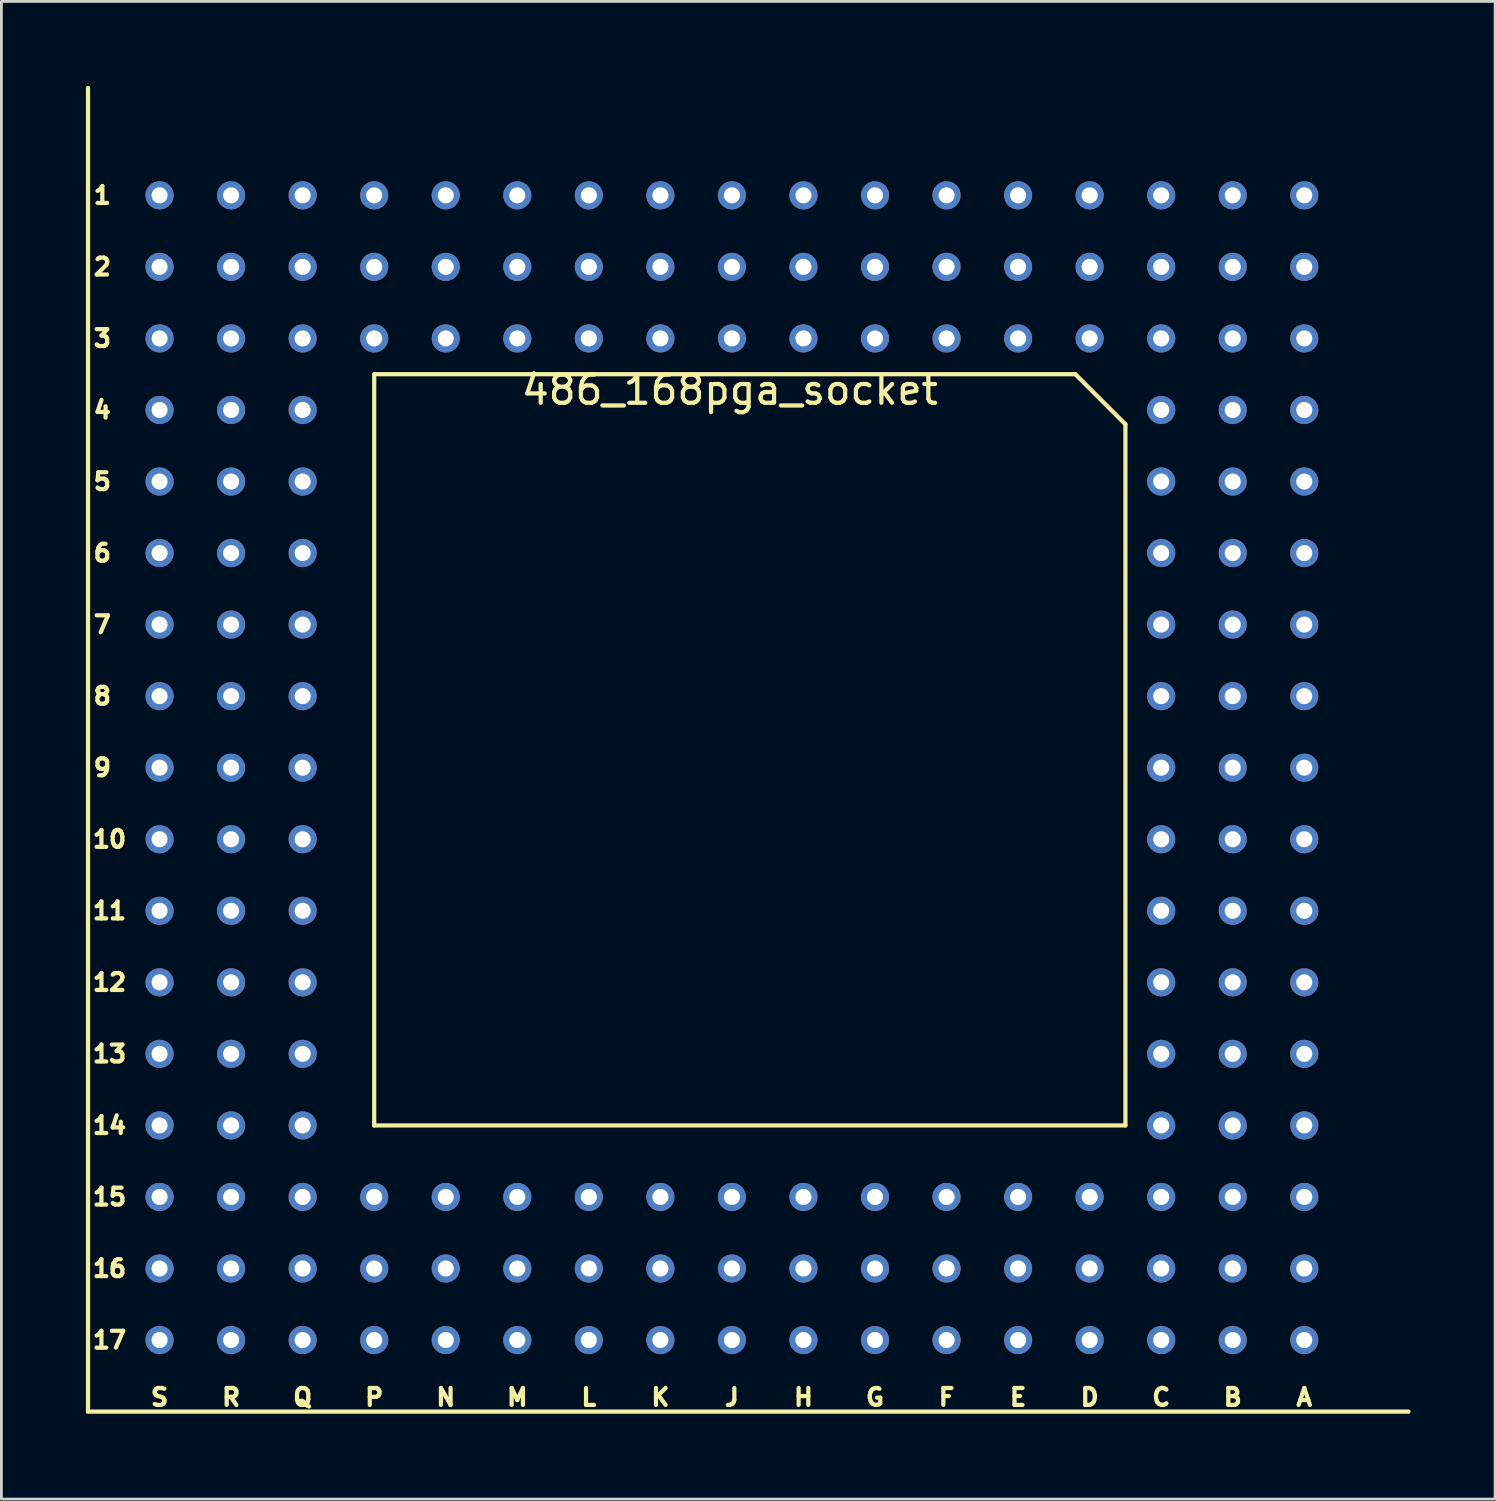
<source format=kicad_pcb>
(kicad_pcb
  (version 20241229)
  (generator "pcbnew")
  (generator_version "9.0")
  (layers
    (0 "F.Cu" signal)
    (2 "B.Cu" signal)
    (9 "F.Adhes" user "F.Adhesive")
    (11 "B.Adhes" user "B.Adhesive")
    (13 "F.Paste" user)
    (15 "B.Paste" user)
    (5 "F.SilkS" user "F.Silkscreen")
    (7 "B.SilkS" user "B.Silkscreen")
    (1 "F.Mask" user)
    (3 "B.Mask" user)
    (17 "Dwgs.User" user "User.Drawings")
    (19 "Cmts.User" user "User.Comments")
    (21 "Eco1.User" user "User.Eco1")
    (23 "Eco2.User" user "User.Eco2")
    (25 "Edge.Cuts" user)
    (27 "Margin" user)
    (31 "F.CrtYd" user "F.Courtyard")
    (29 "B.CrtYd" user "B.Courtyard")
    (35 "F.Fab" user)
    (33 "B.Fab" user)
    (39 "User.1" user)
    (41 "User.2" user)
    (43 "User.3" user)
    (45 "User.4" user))
  (footprint "486_168pga_socket"
    (layer "F.Cu")
    (at 43.255 3.885)
    (property "Reference" "486_168pga_socket" (at -20.395 6.91 0) (layer "F.SilkS") (effects (font (size 1 1) (thickness 0.15))))
    (attr through_hole)
    (fp_line (start -43.18 43.18) (end -43.18 -3.81) (stroke (width 0.15) (type solid)) (layer "F.SilkS"))
    (fp_line (start -33.02 6.35) (end -33.02 33.02) (stroke (width 0.15) (type solid)) (layer "F.SilkS"))
    (fp_line (start -33.02 33.02) (end -6.35 33.02) (stroke (width 0.15) (type solid)) (layer "F.SilkS"))
    (fp_line (start -8.128 6.35) (end -33.02 6.35) (stroke (width 0.15) (type solid)) (layer "F.SilkS"))
    (fp_line (start -8.128 6.35) (end -6.35 8.128) (stroke (width 0.15) (type solid)) (layer "F.SilkS"))
    (fp_line (start -6.35 33.02) (end -6.35 8.128) (stroke (width 0.15) (type solid)) (layer "F.SilkS"))
    (fp_line (start 3.7 43.18) (end -43.18 43.18) (stroke (width 0.15) (type solid)) (layer "F.SilkS"))
    (fp_text user "D" (at -7.62 42.672 0) (layer "F.SilkS") (effects (font (size 0.6 0.6) (thickness 0.15))))
    (fp_text user "H" (at -17.78 42.672 0) (layer "F.SilkS") (effects (font (size 0.6 0.6) (thickness 0.15))))
    (fp_text user "G" (at -15.24 42.672 0) (layer "F.SilkS") (effects (font (size 0.6 0.6) (thickness 0.15))))
    (fp_text user "4" (at -42.672 7.62 0) (layer "F.SilkS") (effects (font (size 0.6 0.6) (thickness 0.15))))
    (fp_text user "13" (at -42.418 30.48 0) (layer "F.SilkS") (effects (font (size 0.6 0.6) (thickness 0.15))))
    (fp_text user "17" (at -42.418 40.64 0) (layer "F.SilkS") (effects (font (size 0.6 0.6) (thickness 0.15))))
    (fp_text user "A" (at 0 42.672 0) (layer "F.SilkS") (effects (font (size 0.6 0.6) (thickness 0.15))))
    (fp_text user "S" (at -40.64 42.672 0) (layer "F.SilkS") (effects (font (size 0.6 0.6) (thickness 0.15))))
    (fp_text user "2" (at -42.672 2.54 0) (layer "F.SilkS") (effects (font (size 0.6 0.6) (thickness 0.15))))
    (fp_text user "14" (at -42.418 33.02 0) (layer "F.SilkS") (effects (font (size 0.6 0.6) (thickness 0.15))))
    (fp_text user "9" (at -42.672 20.32 0) (layer "F.SilkS") (effects (font (size 0.6 0.6) (thickness 0.15))))
    (fp_text user "6" (at -42.672 12.7 0) (layer "F.SilkS") (effects (font (size 0.6 0.6) (thickness 0.15))))
    (fp_text user "L" (at -25.4 42.672 0) (layer "F.SilkS") (effects (font (size 0.6 0.6) (thickness 0.15))))
    (fp_text user "K" (at -22.86 42.672 0) (layer "F.SilkS") (effects (font (size 0.6 0.6) (thickness 0.15))))
    (fp_text user "C" (at -5.08 42.672 0) (layer "F.SilkS") (effects (font (size 0.6 0.6) (thickness 0.15))))
    (fp_text user "1" (at -42.672 0 0) (layer "F.SilkS") (effects (font (size 0.6 0.6) (thickness 0.15))))
    (fp_text user "N" (at -30.48 42.672 0) (layer "F.SilkS") (effects (font (size 0.6 0.6) (thickness 0.15))))
    (fp_text user "B" (at -2.54 42.672 0) (layer "F.SilkS") (effects (font (size 0.6 0.6) (thickness 0.15))))
    (fp_text user "M" (at -27.94 42.672 0) (layer "F.SilkS") (effects (font (size 0.6 0.6) (thickness 0.15))))
    (fp_text user "E" (at -10.16 42.672 0) (layer "F.SilkS") (effects (font (size 0.6 0.6) (thickness 0.15))))
    (fp_text user "16" (at -42.418 38.1 0) (layer "F.SilkS") (effects (font (size 0.6 0.6) (thickness 0.15))))
    (fp_text user "R" (at -38.1 42.672 0) (layer "F.SilkS") (effects (font (size 0.6 0.6) (thickness 0.15))))
    (fp_text user "11" (at -42.418 25.4 0) (layer "F.SilkS") (effects (font (size 0.6 0.6) (thickness 0.15))))
    (fp_text user "3" (at -42.672 5.08 0) (layer "F.SilkS") (effects (font (size 0.6 0.6) (thickness 0.15))))
    (fp_text user "12" (at -42.418 27.94 0) (layer "F.SilkS") (effects (font (size 0.6 0.6) (thickness 0.15))))
    (fp_text user "10" (at -42.418 22.86 0) (layer "F.SilkS") (effects (font (size 0.6 0.6) (thickness 0.15))))
    (fp_text user "15" (at -42.418 35.56 0) (layer "F.SilkS") (effects (font (size 0.6 0.6) (thickness 0.15))))
    (fp_text user "5" (at -42.672 10.16 0) (layer "F.SilkS") (effects (font (size 0.6 0.6) (thickness 0.15))))
    (fp_text user "8" (at -42.672 17.78 0) (layer "F.SilkS") (effects (font (size 0.6 0.6) (thickness 0.15))))
    (fp_text user "P" (at -33.02 42.672 0) (layer "F.SilkS") (effects (font (size 0.6 0.6) (thickness 0.15))))
    (fp_text user "F" (at -12.7 42.672 0) (layer "F.SilkS") (effects (font (size 0.6 0.6) (thickness 0.15))))
    (fp_text user "J" (at -20.32 42.672 0) (layer "F.SilkS") (effects (font (size 0.6 0.6) (thickness 0.15))))
    (fp_text user "Q" (at -35.56 42.672 0) (layer "F.SilkS") (effects (font (size 0.6 0.6) (thickness 0.15))))
    (fp_text user "7" (at -42.672 15.24 0) (layer "F.SilkS") (effects (font (size 0.6 0.6) (thickness 0.15))))
    (pad "A1" thru_hole circle (at 0 0) (size 1 1) (drill 0.57) (layers "*.Cu" "*.Mask"))
    (pad "A2" thru_hole circle (at 0 2.54) (size 1 1) (drill 0.57) (layers "*.Cu" "*.Mask"))
    (pad "A3" thru_hole circle (at 0 5.08) (size 1 1) (drill 0.57) (layers "*.Cu" "*.Mask"))
    (pad "A4" thru_hole circle (at 0 7.62) (size 1 1) (drill 0.57) (layers "*.Cu" "*.Mask"))
    (pad "A5" thru_hole circle (at 0 10.16) (size 1 1) (drill 0.57) (layers "*.Cu" "*.Mask"))
    (pad "A6" thru_hole circle (at 0 12.7) (size 1 1) (drill 0.57) (layers "*.Cu" "*.Mask"))
    (pad "A7" thru_hole circle (at 0 15.24) (size 1 1) (drill 0.57) (layers "*.Cu" "*.Mask"))
    (pad "A8" thru_hole circle (at 0 17.78) (size 1 1) (drill 0.57) (layers "*.Cu" "*.Mask"))
    (pad "A9" thru_hole circle (at 0 20.32) (size 1 1) (drill 0.57) (layers "*.Cu" "*.Mask"))
    (pad "A10" thru_hole circle (at 0 22.86) (size 1 1) (drill 0.57) (layers "*.Cu" "*.Mask"))
    (pad "A11" thru_hole circle (at 0 25.4) (size 1 1) (drill 0.57) (layers "*.Cu" "*.Mask"))
    (pad "A12" thru_hole circle (at 0 27.94) (size 1 1) (drill 0.57) (layers "*.Cu" "*.Mask"))
    (pad "A13" thru_hole circle (at 0 30.48) (size 1 1) (drill 0.57) (layers "*.Cu" "*.Mask"))
    (pad "A14" thru_hole circle (at 0 33.02) (size 1 1) (drill 0.57) (layers "*.Cu" "*.Mask"))
    (pad "A15" thru_hole circle (at 0 35.56) (size 1 1) (drill 0.57) (layers "*.Cu" "*.Mask"))
    (pad "A16" thru_hole circle (at 0 38.1) (size 1 1) (drill 0.57) (layers "*.Cu" "*.Mask"))
    (pad "A17" thru_hole circle (at 0 40.64) (size 1 1) (drill 0.57) (layers "*.Cu" "*.Mask"))
    (pad "B1" thru_hole circle (at -2.54 0) (size 1 1) (drill 0.57) (layers "*.Cu" "*.Mask"))
    (pad "B2" thru_hole circle (at -2.54 2.54) (size 1 1) (drill 0.57) (layers "*.Cu" "*.Mask"))
    (pad "B3" thru_hole circle (at -2.54 5.08) (size 1 1) (drill 0.57) (layers "*.Cu" "*.Mask"))
    (pad "B4" thru_hole circle (at -2.54 7.62) (size 1 1) (drill 0.57) (layers "*.Cu" "*.Mask"))
    (pad "B5" thru_hole circle (at -2.54 10.16) (size 1 1) (drill 0.57) (layers "*.Cu" "*.Mask"))
    (pad "B6" thru_hole circle (at -2.54 12.7) (size 1 1) (drill 0.57) (layers "*.Cu" "*.Mask"))
    (pad "B7" thru_hole circle (at -2.54 15.24) (size 1 1) (drill 0.57) (layers "*.Cu" "*.Mask"))
    (pad "B8" thru_hole circle (at -2.54 17.78) (size 1 1) (drill 0.57) (layers "*.Cu" "*.Mask"))
    (pad "B9" thru_hole circle (at -2.54 20.32) (size 1 1) (drill 0.57) (layers "*.Cu" "*.Mask"))
    (pad "B10" thru_hole circle (at -2.54 22.86) (size 1 1) (drill 0.57) (layers "*.Cu" "*.Mask"))
    (pad "B11" thru_hole circle (at -2.54 25.4) (size 1 1) (drill 0.57) (layers "*.Cu" "*.Mask"))
    (pad "B12" thru_hole circle (at -2.54 27.94) (size 1 1) (drill 0.57) (layers "*.Cu" "*.Mask"))
    (pad "B13" thru_hole circle (at -2.54 30.48) (size 1 1) (drill 0.57) (layers "*.Cu" "*.Mask"))
    (pad "B14" thru_hole circle (at -2.54 33.02) (size 1 1) (drill 0.57) (layers "*.Cu" "*.Mask"))
    (pad "B15" thru_hole circle (at -2.54 35.56) (size 1 1) (drill 0.57) (layers "*.Cu" "*.Mask"))
    (pad "B16" thru_hole circle (at -2.54 38.1) (size 1 1) (drill 0.57) (layers "*.Cu" "*.Mask"))
    (pad "B17" thru_hole circle (at -2.54 40.64) (size 1 1) (drill 0.57) (layers "*.Cu" "*.Mask"))
    (pad "C1" thru_hole circle (at -5.08 0) (size 1 1) (drill 0.57) (layers "*.Cu" "*.Mask"))
    (pad "C2" thru_hole circle (at -5.08 2.54) (size 1 1) (drill 0.57) (layers "*.Cu" "*.Mask"))
    (pad "C3" thru_hole circle (at -5.08 5.08) (size 1 1) (drill 0.57) (layers "*.Cu" "*.Mask"))
    (pad "C4" thru_hole circle (at -5.08 7.62) (size 1 1) (drill 0.57) (layers "*.Cu" "*.Mask"))
    (pad "C5" thru_hole circle (at -5.08 10.16) (size 1 1) (drill 0.57) (layers "*.Cu" "*.Mask"))
    (pad "C6" thru_hole circle (at -5.08 12.7) (size 1 1) (drill 0.57) (layers "*.Cu" "*.Mask"))
    (pad "C7" thru_hole circle (at -5.08 15.24) (size 1 1) (drill 0.57) (layers "*.Cu" "*.Mask"))
    (pad "C8" thru_hole circle (at -5.08 17.78) (size 1 1) (drill 0.57) (layers "*.Cu" "*.Mask"))
    (pad "C9" thru_hole circle (at -5.08 20.32) (size 1 1) (drill 0.57) (layers "*.Cu" "*.Mask"))
    (pad "C10" thru_hole circle (at -5.08 22.86) (size 1 1) (drill 0.57) (layers "*.Cu" "*.Mask"))
    (pad "C11" thru_hole circle (at -5.08 25.4) (size 1 1) (drill 0.57) (layers "*.Cu" "*.Mask"))
    (pad "C12" thru_hole circle (at -5.08 27.94) (size 1 1) (drill 0.57) (layers "*.Cu" "*.Mask"))
    (pad "C13" thru_hole circle (at -5.08 30.48) (size 1 1) (drill 0.57) (layers "*.Cu" "*.Mask"))
    (pad "C14" thru_hole circle (at -5.08 33.02) (size 1 1) (drill 0.57) (layers "*.Cu" "*.Mask"))
    (pad "C15" thru_hole circle (at -5.08 35.56) (size 1 1) (drill 0.57) (layers "*.Cu" "*.Mask"))
    (pad "C16" thru_hole circle (at -5.08 38.1) (size 1 1) (drill 0.57) (layers "*.Cu" "*.Mask"))
    (pad "C17" thru_hole circle (at -5.08 40.64) (size 1 1) (drill 0.57) (layers "*.Cu" "*.Mask"))
    (pad "D1" thru_hole circle (at -7.62 0) (size 1 1) (drill 0.57) (layers "*.Cu" "*.Mask"))
    (pad "D2" thru_hole circle (at -7.62 2.54) (size 1 1) (drill 0.57) (layers "*.Cu" "*.Mask"))
    (pad "D3" thru_hole circle (at -7.62 5.08) (size 1 1) (drill 0.57) (layers "*.Cu" "*.Mask"))
    (pad "D15" thru_hole circle (at -7.62 35.56) (size 1 1) (drill 0.57) (layers "*.Cu" "*.Mask"))
    (pad "D16" thru_hole circle (at -7.62 38.1) (size 1 1) (drill 0.57) (layers "*.Cu" "*.Mask"))
    (pad "D17" thru_hole circle (at -7.62 40.64) (size 1 1) (drill 0.57) (layers "*.Cu" "*.Mask"))
    (pad "E1" thru_hole circle (at -10.16 0) (size 1 1) (drill 0.57) (layers "*.Cu" "*.Mask"))
    (pad "E2" thru_hole circle (at -10.16 2.54) (size 1 1) (drill 0.57) (layers "*.Cu" "*.Mask"))
    (pad "E3" thru_hole circle (at -10.16 5.08) (size 1 1) (drill 0.57) (layers "*.Cu" "*.Mask"))
    (pad "E15" thru_hole circle (at -10.16 35.56) (size 1 1) (drill 0.57) (layers "*.Cu" "*.Mask"))
    (pad "E16" thru_hole circle (at -10.16 38.1) (size 1 1) (drill 0.57) (layers "*.Cu" "*.Mask"))
    (pad "E17" thru_hole circle (at -10.16 40.64) (size 1 1) (drill 0.57) (layers "*.Cu" "*.Mask"))
    (pad "F1" thru_hole circle (at -12.7 0) (size 1 1) (drill 0.57) (layers "*.Cu" "*.Mask"))
    (pad "F2" thru_hole circle (at -12.7 2.54) (size 1 1) (drill 0.57) (layers "*.Cu" "*.Mask"))
    (pad "F3" thru_hole circle (at -12.7 5.08) (size 1 1) (drill 0.57) (layers "*.Cu" "*.Mask"))
    (pad "F15" thru_hole circle (at -12.7 35.56) (size 1 1) (drill 0.57) (layers "*.Cu" "*.Mask"))
    (pad "F16" thru_hole circle (at -12.7 38.1) (size 1 1) (drill 0.57) (layers "*.Cu" "*.Mask"))
    (pad "F17" thru_hole circle (at -12.7 40.64) (size 1 1) (drill 0.57) (layers "*.Cu" "*.Mask"))
    (pad "G1" thru_hole circle (at -15.24 0) (size 1 1) (drill 0.57) (layers "*.Cu" "*.Mask"))
    (pad "G2" thru_hole circle (at -15.24 2.54) (size 1 1) (drill 0.57) (layers "*.Cu" "*.Mask"))
    (pad "G3" thru_hole circle (at -15.24 5.08) (size 1 1) (drill 0.57) (layers "*.Cu" "*.Mask"))
    (pad "G15" thru_hole circle (at -15.24 35.56) (size 1 1) (drill 0.57) (layers "*.Cu" "*.Mask"))
    (pad "G16" thru_hole circle (at -15.24 38.1) (size 1 1) (drill 0.57) (layers "*.Cu" "*.Mask"))
    (pad "G17" thru_hole circle (at -15.24 40.64) (size 1 1) (drill 0.57) (layers "*.Cu" "*.Mask"))
    (pad "H1" thru_hole circle (at -17.78 0) (size 1 1) (drill 0.57) (layers "*.Cu" "*.Mask"))
    (pad "H2" thru_hole circle (at -17.78 2.54) (size 1 1) (drill 0.57) (layers "*.Cu" "*.Mask"))
    (pad "H3" thru_hole circle (at -17.78 5.08) (size 1 1) (drill 0.57) (layers "*.Cu" "*.Mask"))
    (pad "H15" thru_hole circle (at -17.78 35.56) (size 1 1) (drill 0.57) (layers "*.Cu" "*.Mask"))
    (pad "H16" thru_hole circle (at -17.78 38.1) (size 1 1) (drill 0.57) (layers "*.Cu" "*.Mask"))
    (pad "H17" thru_hole circle (at -17.78 40.64) (size 1 1) (drill 0.57) (layers "*.Cu" "*.Mask"))
    (pad "J1" thru_hole circle (at -20.32 0) (size 1 1) (drill 0.57) (layers "*.Cu" "*.Mask"))
    (pad "J2" thru_hole circle (at -20.32 2.54) (size 1 1) (drill 0.57) (layers "*.Cu" "*.Mask"))
    (pad "J3" thru_hole circle (at -20.32 5.08) (size 1 1) (drill 0.57) (layers "*.Cu" "*.Mask"))
    (pad "J15" thru_hole circle (at -20.32 35.56) (size 1 1) (drill 0.57) (layers "*.Cu" "*.Mask"))
    (pad "J16" thru_hole circle (at -20.32 38.1) (size 1 1) (drill 0.57) (layers "*.Cu" "*.Mask"))
    (pad "J17" thru_hole circle (at -20.32 40.64) (size 1 1) (drill 0.57) (layers "*.Cu" "*.Mask"))
    (pad "K1" thru_hole circle (at -22.86 0) (size 1 1) (drill 0.57) (layers "*.Cu" "*.Mask"))
    (pad "K2" thru_hole circle (at -22.86 2.54) (size 1 1) (drill 0.57) (layers "*.Cu" "*.Mask"))
    (pad "K3" thru_hole circle (at -22.86 5.08) (size 1 1) (drill 0.57) (layers "*.Cu" "*.Mask"))
    (pad "K15" thru_hole circle (at -22.86 35.56) (size 1 1) (drill 0.57) (layers "*.Cu" "*.Mask"))
    (pad "K16" thru_hole circle (at -22.86 38.1) (size 1 1) (drill 0.57) (layers "*.Cu" "*.Mask"))
    (pad "K17" thru_hole circle (at -22.86 40.64) (size 1 1) (drill 0.57) (layers "*.Cu" "*.Mask"))
    (pad "L1" thru_hole circle (at -25.4 0) (size 1 1) (drill 0.57) (layers "*.Cu" "*.Mask"))
    (pad "L2" thru_hole circle (at -25.4 2.54) (size 1 1) (drill 0.57) (layers "*.Cu" "*.Mask"))
    (pad "L3" thru_hole circle (at -25.4 5.08) (size 1 1) (drill 0.57) (layers "*.Cu" "*.Mask"))
    (pad "L15" thru_hole circle (at -25.4 35.56) (size 1 1) (drill 0.57) (layers "*.Cu" "*.Mask"))
    (pad "L16" thru_hole circle (at -25.4 38.1) (size 1 1) (drill 0.57) (layers "*.Cu" "*.Mask"))
    (pad "L17" thru_hole circle (at -25.4 40.64) (size 1 1) (drill 0.57) (layers "*.Cu" "*.Mask"))
    (pad "M1" thru_hole circle (at -27.94 0) (size 1 1) (drill 0.57) (layers "*.Cu" "*.Mask"))
    (pad "M2" thru_hole circle (at -27.94 2.54) (size 1 1) (drill 0.57) (layers "*.Cu" "*.Mask"))
    (pad "M3" thru_hole circle (at -27.94 5.08) (size 1 1) (drill 0.57) (layers "*.Cu" "*.Mask"))
    (pad "M15" thru_hole circle (at -27.94 35.56) (size 1 1) (drill 0.57) (layers "*.Cu" "*.Mask"))
    (pad "M16" thru_hole circle (at -27.94 38.1) (size 1 1) (drill 0.57) (layers "*.Cu" "*.Mask"))
    (pad "M17" thru_hole circle (at -27.94 40.64) (size 1 1) (drill 0.57) (layers "*.Cu" "*.Mask"))
    (pad "N1" thru_hole circle (at -30.48 0) (size 1 1) (drill 0.57) (layers "*.Cu" "*.Mask"))
    (pad "N2" thru_hole circle (at -30.48 2.54) (size 1 1) (drill 0.57) (layers "*.Cu" "*.Mask"))
    (pad "N3" thru_hole circle (at -30.48 5.08) (size 1 1) (drill 0.57) (layers "*.Cu" "*.Mask"))
    (pad "N15" thru_hole circle (at -30.48 35.56) (size 1 1) (drill 0.57) (layers "*.Cu" "*.Mask"))
    (pad "N16" thru_hole circle (at -30.48 38.1) (size 1 1) (drill 0.57) (layers "*.Cu" "*.Mask"))
    (pad "N17" thru_hole circle (at -30.48 40.64) (size 1 1) (drill 0.57) (layers "*.Cu" "*.Mask"))
    (pad "P1" thru_hole circle (at -33.02 0) (size 1 1) (drill 0.57) (layers "*.Cu" "*.Mask"))
    (pad "P2" thru_hole circle (at -33.02 2.54) (size 1 1) (drill 0.57) (layers "*.Cu" "*.Mask"))
    (pad "P3" thru_hole circle (at -33.02 5.08) (size 1 1) (drill 0.57) (layers "*.Cu" "*.Mask"))
    (pad "P15" thru_hole circle (at -33.02 35.56) (size 1 1) (drill 0.57) (layers "*.Cu" "*.Mask"))
    (pad "P16" thru_hole circle (at -33.02 38.1) (size 1 1) (drill 0.57) (layers "*.Cu" "*.Mask"))
    (pad "P17" thru_hole circle (at -33.02 40.64) (size 1 1) (drill 0.57) (layers "*.Cu" "*.Mask"))
    (pad "Q1" thru_hole circle (at -35.56 0) (size 1 1) (drill 0.57) (layers "*.Cu" "*.Mask"))
    (pad "Q2" thru_hole circle (at -35.56 2.54) (size 1 1) (drill 0.57) (layers "*.Cu" "*.Mask"))
    (pad "Q3" thru_hole circle (at -35.56 5.08) (size 1 1) (drill 0.57) (layers "*.Cu" "*.Mask"))
    (pad "Q4" thru_hole circle (at -35.56 7.62) (size 1 1) (drill 0.57) (layers "*.Cu" "*.Mask"))
    (pad "Q5" thru_hole circle (at -35.56 10.16) (size 1 1) (drill 0.57) (layers "*.Cu" "*.Mask"))
    (pad "Q6" thru_hole circle (at -35.56 12.7) (size 1 1) (drill 0.57) (layers "*.Cu" "*.Mask"))
    (pad "Q7" thru_hole circle (at -35.56 15.24) (size 1 1) (drill 0.57) (layers "*.Cu" "*.Mask"))
    (pad "Q8" thru_hole circle (at -35.56 17.78) (size 1 1) (drill 0.57) (layers "*.Cu" "*.Mask"))
    (pad "Q9" thru_hole circle (at -35.56 20.32) (size 1 1) (drill 0.57) (layers "*.Cu" "*.Mask"))
    (pad "Q10" thru_hole circle (at -35.56 22.86) (size 1 1) (drill 0.57) (layers "*.Cu" "*.Mask"))
    (pad "Q11" thru_hole circle (at -35.56 25.4) (size 1 1) (drill 0.57) (layers "*.Cu" "*.Mask"))
    (pad "Q12" thru_hole circle (at -35.56 27.94) (size 1 1) (drill 0.57) (layers "*.Cu" "*.Mask"))
    (pad "Q13" thru_hole circle (at -35.56 30.48) (size 1 1) (drill 0.57) (layers "*.Cu" "*.Mask"))
    (pad "Q14" thru_hole circle (at -35.56 33.02) (size 1 1) (drill 0.57) (layers "*.Cu" "*.Mask"))
    (pad "Q15" thru_hole circle (at -35.56 35.56) (size 1 1) (drill 0.57) (layers "*.Cu" "*.Mask"))
    (pad "Q16" thru_hole circle (at -35.56 38.1) (size 1 1) (drill 0.57) (layers "*.Cu" "*.Mask"))
    (pad "Q17" thru_hole circle (at -35.56 40.64) (size 1 1) (drill 0.57) (layers "*.Cu" "*.Mask"))
    (pad "R1" thru_hole circle (at -38.1 0) (size 1 1) (drill 0.57) (layers "*.Cu" "*.Mask"))
    (pad "R2" thru_hole circle (at -38.1 2.54) (size 1 1) (drill 0.57) (layers "*.Cu" "*.Mask"))
    (pad "R3" thru_hole circle (at -38.1 5.08) (size 1 1) (drill 0.57) (layers "*.Cu" "*.Mask"))
    (pad "R4" thru_hole circle (at -38.1 7.62) (size 1 1) (drill 0.57) (layers "*.Cu" "*.Mask"))
    (pad "R5" thru_hole circle (at -38.1 10.16) (size 1 1) (drill 0.57) (layers "*.Cu" "*.Mask"))
    (pad "R6" thru_hole circle (at -38.1 12.7) (size 1 1) (drill 0.57) (layers "*.Cu" "*.Mask"))
    (pad "R7" thru_hole circle (at -38.1 15.24) (size 1 1) (drill 0.57) (layers "*.Cu" "*.Mask"))
    (pad "R8" thru_hole circle (at -38.1 17.78) (size 1 1) (drill 0.57) (layers "*.Cu" "*.Mask"))
    (pad "R9" thru_hole circle (at -38.1 20.32) (size 1 1) (drill 0.57) (layers "*.Cu" "*.Mask"))
    (pad "R10" thru_hole circle (at -38.1 22.86) (size 1 1) (drill 0.57) (layers "*.Cu" "*.Mask"))
    (pad "R11" thru_hole circle (at -38.1 25.4) (size 1 1) (drill 0.57) (layers "*.Cu" "*.Mask"))
    (pad "R12" thru_hole circle (at -38.1 27.94) (size 1 1) (drill 0.57) (layers "*.Cu" "*.Mask"))
    (pad "R13" thru_hole circle (at -38.1 30.48) (size 1 1) (drill 0.57) (layers "*.Cu" "*.Mask"))
    (pad "R14" thru_hole circle (at -38.1 33.02) (size 1 1) (drill 0.57) (layers "*.Cu" "*.Mask"))
    (pad "R15" thru_hole circle (at -38.1 35.56) (size 1 1) (drill 0.57) (layers "*.Cu" "*.Mask"))
    (pad "R16" thru_hole circle (at -38.1 38.1) (size 1 1) (drill 0.57) (layers "*.Cu" "*.Mask"))
    (pad "R17" thru_hole circle (at -38.1 40.64) (size 1 1) (drill 0.57) (layers "*.Cu" "*.Mask"))
    (pad "S1" thru_hole circle (at -40.64 0) (size 1 1) (drill 0.57) (layers "*.Cu" "*.Mask"))
    (pad "S2" thru_hole circle (at -40.64 2.54) (size 1 1) (drill 0.57) (layers "*.Cu" "*.Mask"))
    (pad "S3" thru_hole circle (at -40.64 5.08) (size 1 1) (drill 0.57) (layers "*.Cu" "*.Mask"))
    (pad "S4" thru_hole circle (at -40.64 7.62) (size 1 1) (drill 0.57) (layers "*.Cu" "*.Mask"))
    (pad "S5" thru_hole circle (at -40.64 10.16) (size 1 1) (drill 0.57) (layers "*.Cu" "*.Mask"))
    (pad "S6" thru_hole circle (at -40.64 12.7) (size 1 1) (drill 0.57) (layers "*.Cu" "*.Mask"))
    (pad "S7" thru_hole circle (at -40.64 15.24) (size 1 1) (drill 0.57) (layers "*.Cu" "*.Mask"))
    (pad "S8" thru_hole circle (at -40.64 17.78) (size 1 1) (drill 0.57) (layers "*.Cu" "*.Mask"))
    (pad "S9" thru_hole circle (at -40.64 20.32) (size 1 1) (drill 0.57) (layers "*.Cu" "*.Mask"))
    (pad "S10" thru_hole circle (at -40.64 22.86) (size 1 1) (drill 0.57) (layers "*.Cu" "*.Mask"))
    (pad "S11" thru_hole circle (at -40.64 25.4) (size 1 1) (drill 0.57) (layers "*.Cu" "*.Mask"))
    (pad "S12" thru_hole circle (at -40.64 27.94) (size 1 1) (drill 0.57) (layers "*.Cu" "*.Mask"))
    (pad "S13" thru_hole circle (at -40.64 30.48) (size 1 1) (drill 0.57) (layers "*.Cu" "*.Mask"))
    (pad "S14" thru_hole circle (at -40.64 33.02) (size 1 1) (drill 0.57) (layers "*.Cu" "*.Mask"))
    (pad "S15" thru_hole circle (at -40.64 35.56) (size 1 1) (drill 0.57) (layers "*.Cu" "*.Mask"))
    (pad "S16" thru_hole circle (at -40.64 38.1) (size 1 1) (drill 0.57) (layers "*.Cu" "*.Mask"))
    (pad "S17" thru_hole circle (at -40.64 40.64) (size 1 1) (drill 0.57) (layers "*.Cu" "*.Mask")))
  (gr_rect
    (start -3 -3)
    (end 50.03 50.171)
    (stroke (width 0.1) (type default))
    (fill no)
    (layer "Edge.Cuts")))
</source>
